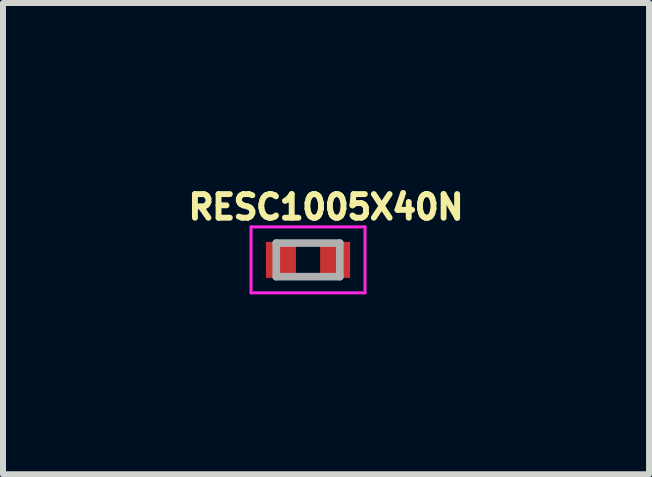
<source format=kicad_pcb>
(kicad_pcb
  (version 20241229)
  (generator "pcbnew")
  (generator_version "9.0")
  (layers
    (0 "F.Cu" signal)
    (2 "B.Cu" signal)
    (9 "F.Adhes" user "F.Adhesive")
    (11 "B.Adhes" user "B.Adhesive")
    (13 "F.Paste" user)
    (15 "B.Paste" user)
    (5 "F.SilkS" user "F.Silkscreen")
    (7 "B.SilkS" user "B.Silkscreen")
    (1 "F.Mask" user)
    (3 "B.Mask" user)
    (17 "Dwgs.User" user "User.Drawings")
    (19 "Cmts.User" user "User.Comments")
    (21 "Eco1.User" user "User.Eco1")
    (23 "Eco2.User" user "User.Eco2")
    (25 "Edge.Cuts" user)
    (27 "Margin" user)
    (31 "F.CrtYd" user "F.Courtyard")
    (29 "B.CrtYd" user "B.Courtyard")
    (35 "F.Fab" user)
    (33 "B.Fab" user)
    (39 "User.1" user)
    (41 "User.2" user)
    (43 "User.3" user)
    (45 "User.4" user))
  (footprint "RESC1005X40N"
    (layer "F.Cu")
    (at 2.086 1.283)
    (property "Reference" "RESC1005X40N" (at 0.3 -0.88 0) (layer "F.SilkS") (effects (font (size 0.394 0.394) (thickness 0.15))))
    (attr through_hole)
    (fp_line (start -0.95 -0.55) (end 0.95 -0.55) (stroke (width 0.05) (type solid)) (layer "F.CrtYd"))
    (fp_line (start -0.95 0.55) (end -0.95 -0.55) (stroke (width 0.05) (type solid)) (layer "F.CrtYd"))
    (fp_line (start -0.95 0.55) (end 0.95 0.55) (stroke (width 0.05) (type solid)) (layer "F.CrtYd"))
    (fp_line (start 0.95 0.55) (end 0.95 -0.55) (stroke (width 0.05) (type solid)) (layer "F.CrtYd"))
    (fp_line (start -0.53 0.28) (end -0.53 -0.28) (stroke (width 0.127) (type solid)) (layer "F.Fab"))
    (fp_line (start 0.53 -0.28) (end -0.53 -0.28) (stroke (width 0.127) (type solid)) (layer "F.Fab"))
    (fp_line (start 0.53 0.28) (end -0.53 0.28) (stroke (width 0.127) (type solid)) (layer "F.Fab"))
    (fp_line (start 0.53 0.28) (end 0.53 -0.28) (stroke (width 0.127) (type solid)) (layer "F.Fab"))
    (pad "1" smd rect (at -0.452 0) (size 0.5 0.6) (layers "F.Cu" "F.Mask" "F.Paste"))
    (pad "2" smd rect (at 0.452 0) (size 0.5 0.6) (layers "F.Cu" "F.Mask" "F.Paste")))
  (gr_rect
    (start -3 -3)
    (end 7.772 4.858)
    (stroke (width 0.1) (type default))
    (fill no)
    (layer "Edge.Cuts")))
</source>
